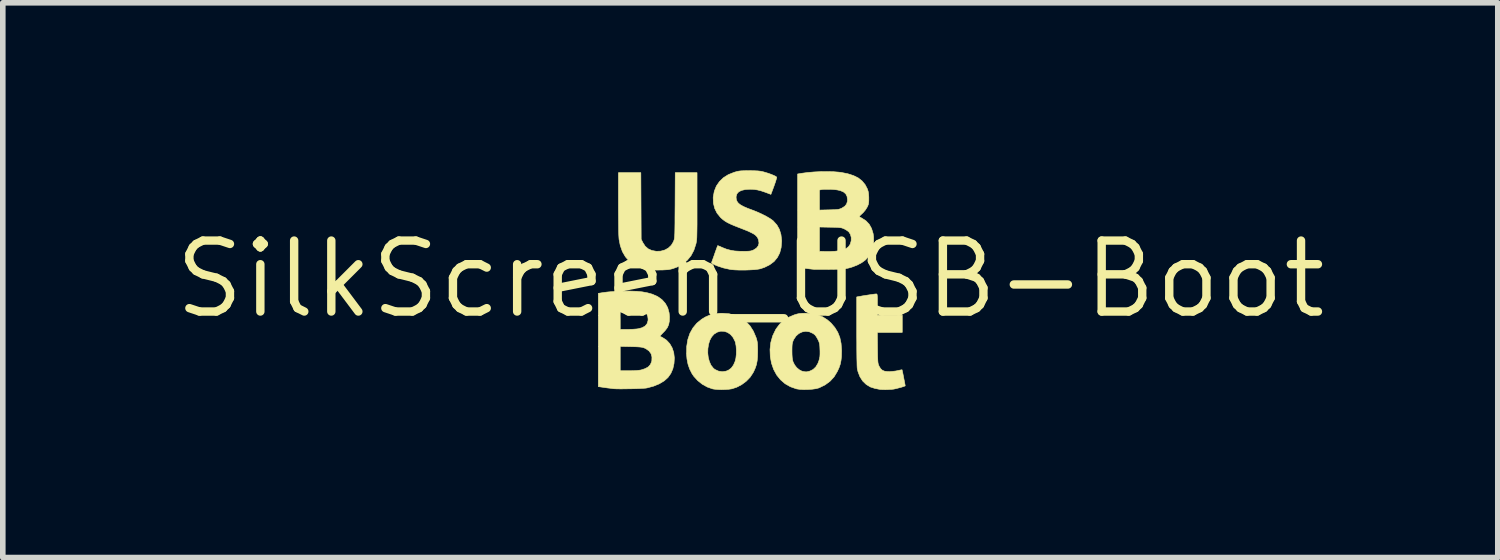
<source format=kicad_pcb>
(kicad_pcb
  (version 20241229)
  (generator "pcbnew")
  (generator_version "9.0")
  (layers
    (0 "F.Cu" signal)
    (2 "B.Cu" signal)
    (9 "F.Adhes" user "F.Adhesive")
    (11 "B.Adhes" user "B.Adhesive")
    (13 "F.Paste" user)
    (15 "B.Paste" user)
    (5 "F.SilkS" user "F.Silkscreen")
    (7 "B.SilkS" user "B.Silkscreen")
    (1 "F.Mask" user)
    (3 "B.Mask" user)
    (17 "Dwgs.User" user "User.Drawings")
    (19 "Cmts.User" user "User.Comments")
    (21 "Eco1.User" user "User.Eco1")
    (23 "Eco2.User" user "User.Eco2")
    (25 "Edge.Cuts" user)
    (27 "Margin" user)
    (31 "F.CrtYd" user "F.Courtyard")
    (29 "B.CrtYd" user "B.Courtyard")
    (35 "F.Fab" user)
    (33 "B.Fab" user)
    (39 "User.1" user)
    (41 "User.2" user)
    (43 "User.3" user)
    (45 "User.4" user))
  (footprint "SilkScreen_USB-Boot"
    (layer "F.Cu")
    (at 10.379 1.946)
    (property "Reference" "SilkScreen_USB-Boot" (at 0 0 0) (layer "F.SilkS") (effects (font (size 1.27 1.27) (thickness 0.15))))
    (attr board_only exclude_from_pos_files exclude_from_bom)
    (fp_poly (pts (xy -1.956 -1.31) (xy -1.953 -0.714) (xy -1.923 -0.654) (xy -1.881 -0.589) (xy -1.827 -0.542) (xy -1.763 -0.513) (xy -1.682 -0.498) (xy -1.603 -0.501) (xy -1.531 -0.521) (xy -1.467 -0.556) (xy -1.414 -0.606) (xy -1.376 -0.669) (xy -1.374 -0.675) (xy -1.369 -0.688) (xy -1.364 -0.701) (xy -1.36 -0.716) (xy -1.357 -0.734) (xy -1.355 -0.757) (xy -1.353 -0.787) (xy -1.351 -0.825) (xy -1.35 -0.875) (xy -1.349 -0.936) (xy -1.348 -1.012) (xy -1.348 -1.104) (xy -1.347 -1.214) (xy -1.346 -1.32) (xy -1.343 -1.905) (xy -0.953 -1.905) (xy -0.953 -1.31) (xy -0.953 -1.181) (xy -0.953 -1.072) (xy -0.953 -0.981) (xy -0.954 -0.905) (xy -0.955 -0.842) (xy -0.956 -0.791) (xy -0.957 -0.75) (xy -0.959 -0.718) (xy -0.962 -0.691) (xy -0.965 -0.668) (xy -0.969 -0.648) (xy -0.973 -0.628) (xy -0.974 -0.627) (xy -1.01 -0.516) (xy -1.061 -0.42) (xy -1.128 -0.338) (xy -1.211 -0.27) (xy -1.308 -0.217) (xy -1.37 -0.194) (xy -1.405 -0.183) (xy -1.437 -0.176) (xy -1.471 -0.17) (xy -1.512 -0.167) (xy -1.565 -0.164) (xy -1.63 -0.163) (xy -1.717 -0.162) (xy -1.786 -0.164) (xy -1.838 -0.169) (xy -1.868 -0.174) (xy -1.983 -0.209) (xy -2.083 -0.258) (xy -2.167 -0.322) (xy -2.235 -0.4) (xy -2.289 -0.493) (xy -2.327 -0.601) (xy -2.349 -0.712) (xy -2.351 -0.742) (xy -2.354 -0.79) (xy -2.356 -0.856) (xy -2.357 -0.937) (xy -2.358 -1.032) (xy -2.359 -1.138) (xy -2.36 -1.254) (xy -2.36 -1.35) (xy -2.36 -1.905) (xy -1.959 -1.905) (xy -1.956 -1.31)) (stroke (width 0.01) (type solid)) (fill yes) (layer "F.SilkS"))
    (fp_poly (pts (xy -0.378 0.62) (xy -0.268 0.648) (xy -0.169 0.693) (xy -0.081 0.756) (xy -0.006 0.835) (xy 0.055 0.931) (xy 0.102 1.041) (xy 0.108 1.058) (xy 0.118 1.093) (xy 0.125 1.126) (xy 0.129 1.163) (xy 0.131 1.207) (xy 0.132 1.266) (xy 0.132 1.296) (xy 0.13 1.387) (xy 0.123 1.463) (xy 0.11 1.53) (xy 0.089 1.592) (xy 0.06 1.657) (xy 0.049 1.677) (xy -0.003 1.756) (xy -0.072 1.827) (xy -0.154 1.888) (xy -0.244 1.935) (xy -0.329 1.963) (xy -0.383 1.971) (xy -0.449 1.976) (xy -0.52 1.978) (xy -0.589 1.975) (xy -0.649 1.969) (xy -0.676 1.964) (xy -0.77 1.931) (xy -0.861 1.88) (xy -0.942 1.815) (xy -1.011 1.739) (xy -1.043 1.692) (xy -1.086 1.607) (xy -1.115 1.522) (xy -1.133 1.43) (xy -1.141 1.338) (xy -1.14 1.325) (xy -0.761 1.325) (xy -0.752 1.403) (xy -0.732 1.476) (xy -0.703 1.541) (xy -0.663 1.592) (xy -0.635 1.616) (xy -0.57 1.646) (xy -0.502 1.657) (xy -0.433 1.647) (xy -0.39 1.629) (xy -0.342 1.594) (xy -0.302 1.54) (xy -0.273 1.475) (xy -0.258 1.417) (xy -0.25 1.346) (xy -0.249 1.271) (xy -0.254 1.197) (xy -0.266 1.133) (xy -0.275 1.108) (xy -0.31 1.041) (xy -0.355 0.989) (xy -0.409 0.953) (xy -0.468 0.934) (xy -0.53 0.932) (xy -0.591 0.949) (xy -0.649 0.985) (xy -0.692 1.034) (xy -0.725 1.095) (xy -0.747 1.167) (xy -0.759 1.245) (xy -0.761 1.325) (xy -1.14 1.325) (xy -1.138 1.204) (xy -1.118 1.081) (xy -1.081 0.971) (xy -1.027 0.874) (xy -0.957 0.789) (xy -0.87 0.718) (xy -0.804 0.678) (xy -0.727 0.644) (xy -0.644 0.622) (xy -0.551 0.612) (xy -0.497 0.611) (xy -0.378 0.62)) (stroke (width 0.01) (type solid)) (fill yes) (layer "F.SilkS"))
    (fp_poly (pts (xy 2.262 0.266) (xy 2.267 0.27) (xy 2.271 0.282) (xy 2.273 0.303) (xy 2.275 0.336) (xy 2.275 0.385) (xy 2.275 0.452) (xy 2.275 0.455) (xy 2.275 0.646) (xy 2.72 0.646) (xy 2.72 0.953) (xy 2.274 0.953) (xy 2.277 1.23) (xy 2.278 1.314) (xy 2.279 1.38) (xy 2.281 1.43) (xy 2.283 1.468) (xy 2.286 1.496) (xy 2.29 1.517) (xy 2.295 1.534) (xy 2.302 1.55) (xy 2.307 1.561) (xy 2.333 1.603) (xy 2.364 1.631) (xy 2.404 1.648) (xy 2.458 1.654) (xy 2.493 1.655) (xy 2.546 1.651) (xy 2.6 1.645) (xy 2.646 1.636) (xy 2.646 1.636) (xy 2.681 1.628) (xy 2.706 1.623) (xy 2.717 1.623) (xy 2.719 1.634) (xy 2.725 1.661) (xy 2.733 1.699) (xy 2.742 1.744) (xy 2.751 1.792) (xy 2.76 1.837) (xy 2.767 1.875) (xy 2.772 1.901) (xy 2.773 1.91) (xy 2.763 1.915) (xy 2.738 1.924) (xy 2.703 1.935) (xy 2.662 1.946) (xy 2.621 1.957) (xy 2.585 1.965) (xy 2.565 1.969) (xy 2.525 1.973) (xy 2.474 1.976) (xy 2.419 1.978) (xy 2.368 1.977) (xy 2.327 1.975) (xy 2.312 1.972) (xy 2.29 1.968) (xy 2.257 1.961) (xy 2.233 1.957) (xy 2.149 1.93) (xy 2.075 1.885) (xy 2.012 1.824) (xy 1.963 1.748) (xy 1.928 1.658) (xy 1.915 1.605) (xy 1.913 1.585) (xy 1.911 1.546) (xy 1.91 1.49) (xy 1.908 1.419) (xy 1.907 1.335) (xy 1.906 1.24) (xy 1.906 1.136) (xy 1.905 1.026) (xy 1.905 0.936) (xy 1.905 0.319) (xy 1.934 0.313) (xy 1.965 0.308) (xy 2.008 0.3) (xy 2.059 0.292) (xy 2.112 0.284) (xy 2.163 0.276) (xy 2.207 0.27) (xy 2.239 0.266) (xy 2.254 0.265) (xy 2.262 0.266)) (stroke (width 0.01) (type solid)) (fill yes) (layer "F.SilkS"))
    (fp_poly (pts (xy 1.101 0.617) (xy 1.204 0.638) (xy 1.297 0.676) (xy 1.382 0.731) (xy 1.446 0.787) (xy 1.514 0.867) (xy 1.566 0.952) (xy 1.603 1.045) (xy 1.625 1.15) (xy 1.634 1.269) (xy 1.634 1.296) (xy 1.632 1.383) (xy 1.624 1.456) (xy 1.611 1.521) (xy 1.589 1.585) (xy 1.557 1.655) (xy 1.556 1.656) (xy 1.5 1.749) (xy 1.427 1.828) (xy 1.339 1.893) (xy 1.239 1.942) (xy 1.225 1.948) (xy 1.175 1.961) (xy 1.11 1.97) (xy 1.038 1.975) (xy 0.964 1.977) (xy 0.895 1.974) (xy 0.837 1.966) (xy 0.823 1.963) (xy 0.718 1.926) (xy 0.623 1.872) (xy 0.542 1.802) (xy 0.473 1.717) (xy 0.419 1.618) (xy 0.38 1.506) (xy 0.358 1.389) (xy 0.354 1.286) (xy 0.746 1.286) (xy 0.747 1.351) (xy 0.75 1.4) (xy 0.755 1.438) (xy 0.763 1.471) (xy 0.766 1.481) (xy 0.793 1.535) (xy 0.831 1.584) (xy 0.876 1.622) (xy 0.922 1.646) (xy 0.933 1.649) (xy 0.972 1.657) (xy 1 1.66) (xy 1.026 1.656) (xy 1.061 1.647) (xy 1.066 1.646) (xy 1.123 1.618) (xy 1.172 1.572) (xy 1.21 1.509) (xy 1.229 1.458) (xy 1.239 1.42) (xy 1.246 1.383) (xy 1.248 1.34) (xy 1.248 1.286) (xy 1.247 1.266) (xy 1.245 1.212) (xy 1.242 1.174) (xy 1.236 1.144) (xy 1.227 1.117) (xy 1.213 1.086) (xy 1.206 1.073) (xy 1.181 1.029) (xy 1.157 0.998) (xy 1.127 0.975) (xy 1.122 0.972) (xy 1.058 0.943) (xy 0.992 0.934) (xy 0.929 0.945) (xy 0.87 0.973) (xy 0.819 1.018) (xy 0.778 1.079) (xy 0.771 1.093) (xy 0.761 1.119) (xy 0.754 1.144) (xy 0.749 1.174) (xy 0.747 1.213) (xy 0.746 1.267) (xy 0.746 1.286) (xy 0.354 1.286) (xy 0.353 1.26) (xy 0.367 1.135) (xy 0.4 1.017) (xy 0.452 0.908) (xy 0.461 0.892) (xy 0.523 0.809) (xy 0.593 0.741) (xy 0.677 0.687) (xy 0.777 0.644) (xy 0.79 0.639) (xy 0.836 0.625) (xy 0.879 0.616) (xy 0.925 0.612) (xy 0.984 0.61) (xy 1.101 0.617)) (stroke (width 0.01) (type solid)) (fill yes) (layer "F.SilkS"))
    (fp_poly (pts (xy -2.034 0.218) (xy -1.932 0.228) (xy -1.841 0.245) (xy -1.758 0.268) (xy -1.752 0.27) (xy -1.658 0.312) (xy -1.581 0.367) (xy -1.521 0.434) (xy -1.478 0.512) (xy -1.453 0.602) (xy -1.446 0.677) (xy -1.449 0.753) (xy -1.461 0.814) (xy -1.484 0.867) (xy -1.522 0.918) (xy -1.553 0.951) (xy -1.582 0.981) (xy -1.604 1.005) (xy -1.616 1.019) (xy -1.617 1.021) (xy -1.607 1.027) (xy -1.584 1.039) (xy -1.568 1.047) (xy -1.498 1.094) (xy -1.441 1.156) (xy -1.398 1.231) (xy -1.37 1.316) (xy -1.359 1.411) (xy -1.365 1.509) (xy -1.386 1.605) (xy -1.422 1.688) (xy -1.473 1.76) (xy -1.541 1.821) (xy -1.626 1.872) (xy -1.729 1.915) (xy -1.847 1.947) (xy -1.871 1.951) (xy -1.913 1.954) (xy -1.969 1.957) (xy -2.034 1.96) (xy -2.105 1.962) (xy -2.179 1.963) (xy -2.251 1.964) (xy -2.317 1.965) (xy -2.374 1.964) (xy -2.419 1.963) (xy -2.434 1.962) (xy -2.465 1.959) (xy -2.509 1.953) (xy -2.561 1.947) (xy -2.601 1.941) (xy -2.72 1.924) (xy -2.72 1.64) (xy -2.328 1.64) (xy -2.172 1.64) (xy -2.103 1.639) (xy -2.04 1.636) (xy -1.989 1.631) (xy -1.956 1.626) (xy -1.882 1.602) (xy -1.826 1.571) (xy -1.788 1.529) (xy -1.766 1.478) (xy -1.762 1.46) (xy -1.76 1.393) (xy -1.776 1.335) (xy -1.812 1.286) (xy -1.866 1.247) (xy -1.886 1.237) (xy -1.908 1.228) (xy -1.93 1.222) (xy -1.956 1.217) (xy -1.989 1.214) (xy -2.034 1.211) (xy -2.095 1.209) (xy -2.135 1.208) (xy -2.328 1.204) (xy -2.328 1.64) (xy -2.72 1.64) (xy -2.72 0.65) (xy -2.329 0.65) (xy -2.328 0.718) (xy -2.328 0.721) (xy -2.328 0.9) (xy -2.2 0.9) (xy -2.141 0.899) (xy -2.084 0.896) (xy -2.034 0.892) (xy -2.004 0.888) (xy -1.934 0.869) (xy -1.882 0.839) (xy -1.848 0.799) (xy -1.831 0.746) (xy -1.829 0.716) (xy -1.836 0.662) (xy -1.855 0.618) (xy -1.889 0.583) (xy -1.938 0.558) (xy -2.004 0.541) (xy -2.088 0.532) (xy -2.174 0.529) (xy -2.229 0.529) (xy -2.269 0.53) (xy -2.297 0.535) (xy -2.314 0.546) (xy -2.324 0.568) (xy -2.328 0.601) (xy -2.329 0.65) (xy -2.72 0.65) (xy -2.72 0.255) (xy -2.686 0.249) (xy -2.623 0.239) (xy -2.56 0.231) (xy -2.494 0.225) (xy -2.418 0.221) (xy -2.328 0.217) (xy -2.286 0.215) (xy -2.151 0.214) (xy -2.034 0.218)) (stroke (width 0.01) (type solid)) (fill yes) (layer "F.SilkS"))
    (fp_poly (pts (xy 1.484 -1.923) (xy 1.583 -1.915) (xy 1.626 -1.91) (xy 1.746 -1.886) (xy 1.848 -1.853) (xy 1.933 -1.811) (xy 2.001 -1.757) (xy 2.055 -1.692) (xy 2.095 -1.616) (xy 2.097 -1.61) (xy 2.11 -1.57) (xy 2.117 -1.526) (xy 2.121 -1.471) (xy 2.121 -1.45) (xy 2.121 -1.4) (xy 2.118 -1.364) (xy 2.112 -1.335) (xy 2.101 -1.307) (xy 2.092 -1.289) (xy 2.062 -1.24) (xy 2.02 -1.19) (xy 2.004 -1.175) (xy 1.976 -1.149) (xy 1.957 -1.129) (xy 1.949 -1.118) (xy 1.949 -1.117) (xy 1.96 -1.111) (xy 1.983 -1.099) (xy 1.997 -1.091) (xy 2.07 -1.044) (xy 2.128 -0.983) (xy 2.17 -0.908) (xy 2.198 -0.818) (xy 2.207 -0.756) (xy 2.208 -0.666) (xy 2.193 -0.576) (xy 2.163 -0.49) (xy 2.121 -0.413) (xy 2.067 -0.349) (xy 2.062 -0.344) (xy 1.995 -0.295) (xy 1.912 -0.251) (xy 1.818 -0.215) (xy 1.767 -0.2) (xy 1.735 -0.193) (xy 1.702 -0.187) (xy 1.666 -0.183) (xy 1.623 -0.179) (xy 1.57 -0.177) (xy 1.501 -0.176) (xy 1.429 -0.175) (xy 1.355 -0.174) (xy 1.286 -0.174) (xy 1.225 -0.174) (xy 1.176 -0.174) (xy 1.142 -0.175) (xy 1.132 -0.176) (xy 1.102 -0.179) (xy 1.057 -0.184) (xy 1.005 -0.191) (xy 0.966 -0.197) (xy 0.847 -0.214) (xy 0.847 -0.498) (xy 1.238 -0.498) (xy 1.336 -0.495) (xy 1.428 -0.495) (xy 1.515 -0.499) (xy 1.591 -0.508) (xy 1.652 -0.521) (xy 1.657 -0.523) (xy 1.716 -0.548) (xy 1.759 -0.581) (xy 1.789 -0.626) (xy 1.79 -0.629) (xy 1.806 -0.686) (xy 1.807 -0.745) (xy 1.793 -0.8) (xy 1.764 -0.845) (xy 1.76 -0.849) (xy 1.732 -0.87) (xy 1.696 -0.892) (xy 1.677 -0.901) (xy 1.656 -0.91) (xy 1.635 -0.917) (xy 1.609 -0.921) (xy 1.575 -0.925) (xy 1.53 -0.927) (xy 1.469 -0.929) (xy 1.431 -0.929) (xy 1.238 -0.933) (xy 1.238 -0.498) (xy 0.847 -0.498) (xy 0.847 -1.595) (xy 1.238 -1.595) (xy 1.238 -1.236) (xy 1.411 -1.24) (xy 1.476 -1.242) (xy 1.524 -1.244) (xy 1.559 -1.247) (xy 1.586 -1.251) (xy 1.608 -1.258) (xy 1.63 -1.267) (xy 1.641 -1.272) (xy 1.691 -1.304) (xy 1.723 -1.343) (xy 1.738 -1.391) (xy 1.74 -1.423) (xy 1.732 -1.481) (xy 1.708 -1.527) (xy 1.666 -1.562) (xy 1.607 -1.586) (xy 1.555 -1.597) (xy 1.507 -1.603) (xy 1.449 -1.607) (xy 1.389 -1.608) (xy 1.333 -1.608) (xy 1.288 -1.605) (xy 1.271 -1.602) (xy 1.238 -1.595) (xy 0.847 -1.595) (xy 0.847 -1.882) (xy 0.918 -1.894) (xy 1.023 -1.908) (xy 1.138 -1.918) (xy 1.256 -1.924) (xy 1.374 -1.925) (xy 1.484 -1.923)) (stroke (width 0.01) (type solid)) (fill yes) (layer "F.SilkS"))
    (fp_poly (pts (xy 0.068 -1.94) (xy 0.134 -1.937) (xy 0.186 -1.931) (xy 0.225 -1.923) (xy 0.274 -1.909) (xy 0.326 -1.893) (xy 0.375 -1.875) (xy 0.419 -1.857) (xy 0.452 -1.841) (xy 0.47 -1.828) (xy 0.473 -1.825) (xy 0.471 -1.811) (xy 0.463 -1.781) (xy 0.45 -1.738) (xy 0.432 -1.688) (xy 0.424 -1.664) (xy 0.369 -1.517) (xy 0.274 -1.553) (xy 0.197 -1.579) (xy 0.131 -1.596) (xy 0.068 -1.606) (xy 0.001 -1.609) (xy -0.001 -1.609) (xy -0.088 -1.604) (xy -0.157 -1.588) (xy -0.207 -1.563) (xy -0.239 -1.527) (xy -0.253 -1.48) (xy -0.254 -1.465) (xy -0.25 -1.425) (xy -0.236 -1.39) (xy -0.212 -1.358) (xy -0.173 -1.328) (xy -0.12 -1.299) (xy -0.049 -1.268) (xy 0.016 -1.244) (xy 0.114 -1.206) (xy 0.205 -1.165) (xy 0.286 -1.124) (xy 0.354 -1.084) (xy 0.406 -1.047) (xy 0.413 -1.04) (xy 0.476 -0.97) (xy 0.521 -0.89) (xy 0.549 -0.798) (xy 0.561 -0.695) (xy 0.561 -0.672) (xy 0.552 -0.564) (xy 0.527 -0.469) (xy 0.484 -0.386) (xy 0.425 -0.315) (xy 0.347 -0.257) (xy 0.253 -0.21) (xy 0.175 -0.184) (xy 0.134 -0.177) (xy 0.077 -0.17) (xy 0.009 -0.166) (xy -0.066 -0.163) (xy -0.144 -0.162) (xy -0.219 -0.163) (xy -0.286 -0.166) (xy -0.342 -0.171) (xy -0.361 -0.174) (xy -0.479 -0.2) (xy -0.583 -0.234) (xy -0.632 -0.254) (xy -0.667 -0.271) (xy -0.686 -0.282) (xy -0.692 -0.292) (xy -0.69 -0.306) (xy -0.687 -0.314) (xy -0.678 -0.337) (xy -0.665 -0.374) (xy -0.649 -0.418) (xy -0.64 -0.445) (xy -0.624 -0.491) (xy -0.609 -0.532) (xy -0.598 -0.563) (xy -0.594 -0.573) (xy -0.583 -0.601) (xy -0.499 -0.565) (xy -0.425 -0.536) (xy -0.354 -0.517) (xy -0.279 -0.504) (xy -0.193 -0.499) (xy -0.132 -0.498) (xy -0.074 -0.498) (xy -0.031 -0.5) (xy 0.000075 -0.503) (xy 0.025 -0.509) (xy 0.049 -0.518) (xy 0.06 -0.523) (xy 0.111 -0.556) (xy 0.143 -0.597) (xy 0.156 -0.645) (xy 0.148 -0.7) (xy 0.14 -0.722) (xy 0.127 -0.748) (xy 0.109 -0.77) (xy 0.086 -0.792) (xy 0.054 -0.813) (xy 0.011 -0.835) (xy -0.045 -0.861) (xy -0.117 -0.89) (xy -0.197 -0.921) (xy -0.283 -0.955) (xy -0.351 -0.984) (xy -0.407 -1.011) (xy -0.452 -1.038) (xy -0.491 -1.067) (xy -0.526 -1.098) (xy -0.534 -1.106) (xy -0.595 -1.181) (xy -0.637 -1.266) (xy -0.66 -1.359) (xy -0.664 -1.458) (xy -0.663 -1.471) (xy -0.644 -1.574) (xy -0.607 -1.666) (xy -0.552 -1.746) (xy -0.481 -1.815) (xy -0.394 -1.87) (xy -0.291 -1.911) (xy -0.272 -1.917) (xy -0.235 -1.927) (xy -0.201 -1.934) (xy -0.164 -1.938) (xy -0.119 -1.94) (xy -0.061 -1.941) (xy -0.016 -1.941) (xy 0.068 -1.94)) (stroke (width 0.01) (type solid)) (fill yes) (layer "F.SilkS")))
  (gr_rect
    (start -3 -3)
    (end 23.758 6.929)
    (stroke (width 0.1) (type default))
    (fill no)
    (layer "Edge.Cuts")))
</source>
